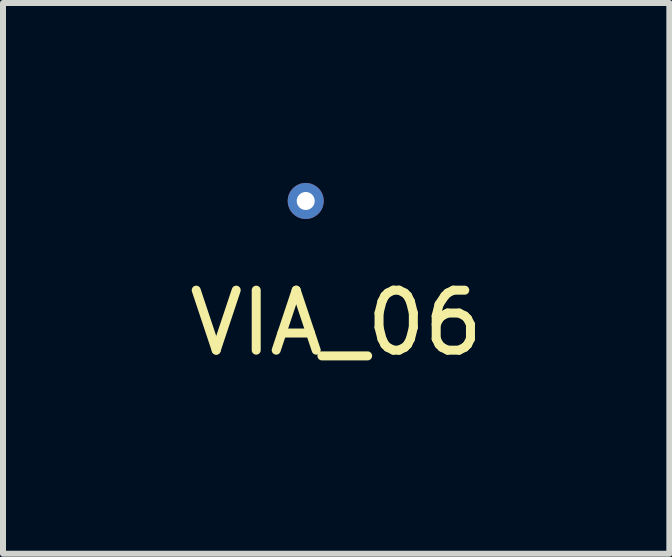
<source format=kicad_pcb>
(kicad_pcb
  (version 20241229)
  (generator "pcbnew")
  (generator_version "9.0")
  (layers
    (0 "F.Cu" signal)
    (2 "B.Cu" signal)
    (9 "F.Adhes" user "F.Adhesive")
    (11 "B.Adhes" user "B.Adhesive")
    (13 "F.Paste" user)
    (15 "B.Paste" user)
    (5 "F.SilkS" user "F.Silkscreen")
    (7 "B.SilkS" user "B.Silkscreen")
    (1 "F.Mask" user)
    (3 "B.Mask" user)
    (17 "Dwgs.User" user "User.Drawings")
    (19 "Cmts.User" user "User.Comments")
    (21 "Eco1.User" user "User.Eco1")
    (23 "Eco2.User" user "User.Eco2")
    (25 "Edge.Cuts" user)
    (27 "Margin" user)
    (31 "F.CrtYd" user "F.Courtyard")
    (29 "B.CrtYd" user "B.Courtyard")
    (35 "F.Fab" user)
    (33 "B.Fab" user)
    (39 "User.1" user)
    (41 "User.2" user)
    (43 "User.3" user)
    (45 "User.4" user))
  (footprint "VIA_06"
    (layer "F.Cu")
    (at 2.046 0.3)
    (property "Reference" "VIA_06" (at 0.508 2.032 0) (layer "F.SilkS") (effects (font (size 1 1) (thickness 0.15))))
    (attr through_hole)
    (pad "1" thru_hole circle (at 0 0) (size 0.6 0.6) (drill 0.3) (layers "*.Cu")))
  (gr_rect
    (start -3 -3)
    (end 8.107 6.18)
    (stroke (width 0.1) (type default))
    (fill no)
    (layer "Edge.Cuts")))
</source>
